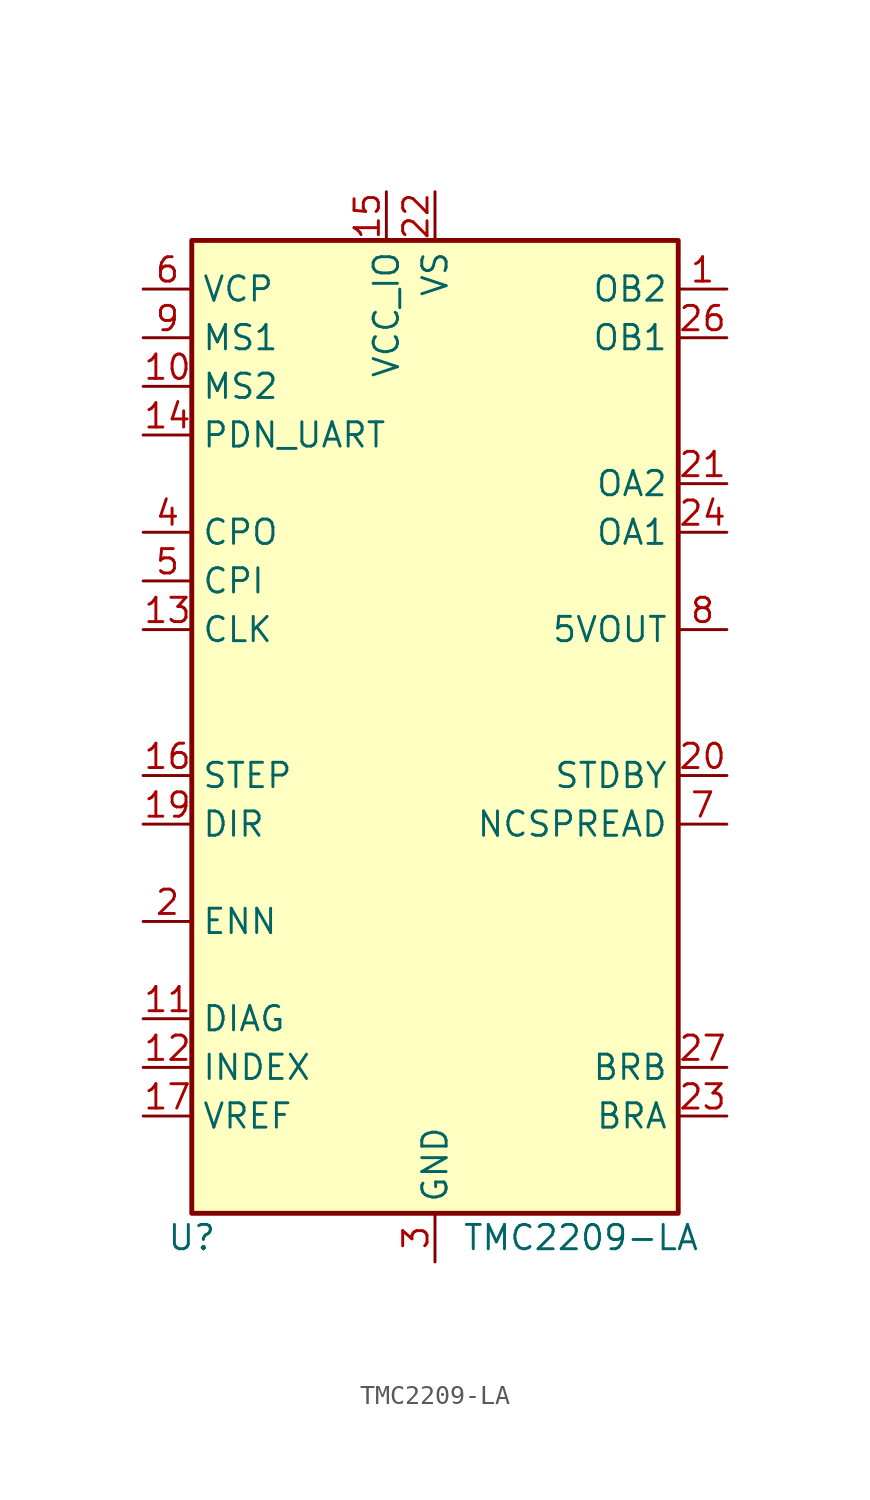
<source format=kicad_sym>
(kicad_symbol_lib
  (version 20231120)
  (generator "kicad_symbol_editor")
  (generator_version "8.0")
  (symbol "TMC2209-LA"
    (property "Reference" "U"
      (at -12.7 -26.67 0)
      (effects (font (size 1.27 1.27))))
    (property "Value" "TMC2209-LA"
      (at 7.62 -26.67 0)
      (effects (font (size 1.27 1.27))))
    (symbol "TMC2209-LA_1_1"
      (rectangle (start -12.7 25.4) (end 12.7 -25.4) (stroke (width 0.254) (type default)) (fill (type background)))
      (pin output line (at 15.24 22.86 180) (length 2.54) (name "OB2" (effects (font (size 1.27 1.27)))) (number "1" (effects (font (size 1.27 1.27)))))
      (pin input line (at -15.24 17.78 0) (length 2.54) (name "MS2" (effects (font (size 1.27 1.27)))) (number "10" (effects (font (size 1.27 1.27)))))
      (pin output line (at -15.24 -15.24 0) (length 2.54) (name "DIAG" (effects (font (size 1.27 1.27)))) (number "11" (effects (font (size 1.27 1.27)))))
      (pin output line (at -15.24 -17.78 0) (length 2.54) (name "INDEX" (effects (font (size 1.27 1.27)))) (number "12" (effects (font (size 1.27 1.27)))))
      (pin input line (at -15.24 5.08 0) (length 2.54) (name "CLK" (effects (font (size 1.27 1.27)))) (number "13" (effects (font (size 1.27 1.27)))))
      (pin bidirectional line (at -15.24 15.24 0) (length 2.54) (name "PDN_UART" (effects (font (size 1.27 1.27)))) (number "14" (effects (font (size 1.27 1.27)))))
      (pin power_in line (at -2.54 27.94 270) (length 2.54) (name "VCC_IO" (effects (font (size 1.27 1.27)))) (number "15" (effects (font (size 1.27 1.27)))))
      (pin input line (at -15.24 -2.54 0) (length 2.54) (name "STEP" (effects (font (size 1.27 1.27)))) (number "16" (effects (font (size 1.27 1.27)))))
      (pin input line (at -15.24 -20.32 0) (length 2.54) (name "VREF" (effects (font (size 1.27 1.27)))) (number "17" (effects (font (size 1.27 1.27)))))
      (pin passive line (at 0 -27.94 90) (length 2.54) hide (name "GND" (effects (font (size 1.27 1.27)))) (number "18" (effects (font (size 1.27 1.27)))))
      (pin input line (at -15.24 -5.08 0) (length 2.54) (name "DIR" (effects (font (size 1.27 1.27)))) (number "19" (effects (font (size 1.27 1.27)))))
      (pin input line (at -15.24 -10.16 0) (length 2.54) (name "ENN" (effects (font (size 1.27 1.27)))) (number "2" (effects (font (size 1.27 1.27)))))
      (pin input line (at 15.24 -2.54 180) (length 2.54) (name "STDBY" (effects (font (size 1.27 1.27)))) (number "20" (effects (font (size 1.27 1.27)))))
      (pin output line (at 15.24 12.7 180) (length 2.54) (name "OA2" (effects (font (size 1.27 1.27)))) (number "21" (effects (font (size 1.27 1.27)))))
      (pin power_in line (at 0 27.94 270) (length 2.54) (name "VS" (effects (font (size 1.27 1.27)))) (number "22" (effects (font (size 1.27 1.27)))))
      (pin passive line (at 15.24 -20.32 180) (length 2.54) (name "BRA" (effects (font (size 1.27 1.27)))) (number "23" (effects (font (size 1.27 1.27)))))
      (pin output line (at 15.24 10.16 180) (length 2.54) (name "OA1" (effects (font (size 1.27 1.27)))) (number "24" (effects (font (size 1.27 1.27)))))
      (pin no_connect line (at 12.7 0 180) (length 2.54) hide (name "NC" (effects (font (size 1.27 1.27)))) (number "25" (effects (font (size 1.27 1.27)))))
      (pin output line (at 15.24 20.32 180) (length 2.54) (name "OB1" (effects (font (size 1.27 1.27)))) (number "26" (effects (font (size 1.27 1.27)))))
      (pin passive line (at 15.24 -17.78 180) (length 2.54) (name "BRB" (effects (font (size 1.27 1.27)))) (number "27" (effects (font (size 1.27 1.27)))))
      (pin passive line (at 0 27.94 270) (length 2.54) hide (name "VS" (effects (font (size 1.27 1.27)))) (number "28" (effects (font (size 1.27 1.27)))))
      (pin power_in line (at 0 -27.94 90) (length 2.54) (name "GND" (effects (font (size 1.27 1.27)))) (number "3" (effects (font (size 1.27 1.27)))))
      (pin passive line (at -15.24 10.16 0) (length 2.54) (name "CPO" (effects (font (size 1.27 1.27)))) (number "4" (effects (font (size 1.27 1.27)))))
      (pin passive line (at -15.24 7.62 0) (length 2.54) (name "CPI" (effects (font (size 1.27 1.27)))) (number "5" (effects (font (size 1.27 1.27)))))
      (pin passive line (at -15.24 22.86 0) (length 2.54) (name "VCP" (effects (font (size 1.27 1.27)))) (number "6" (effects (font (size 1.27 1.27)))))
      (pin input line (at 15.24 -5.08 180) (length 2.54) (name "NCSPREAD" (effects (font (size 1.27 1.27)))) (number "7" (effects (font (size 1.27 1.27)))))
      (pin power_out line (at 15.24 5.08 180) (length 2.54) (name "5VOUT" (effects (font (size 1.27 1.27)))) (number "8" (effects (font (size 1.27 1.27)))))
      (pin input line (at -15.24 20.32 0) (length 2.54) (name "MS1" (effects (font (size 1.27 1.27)))) (number "9" (effects (font (size 1.27 1.27))))))))
</source>
